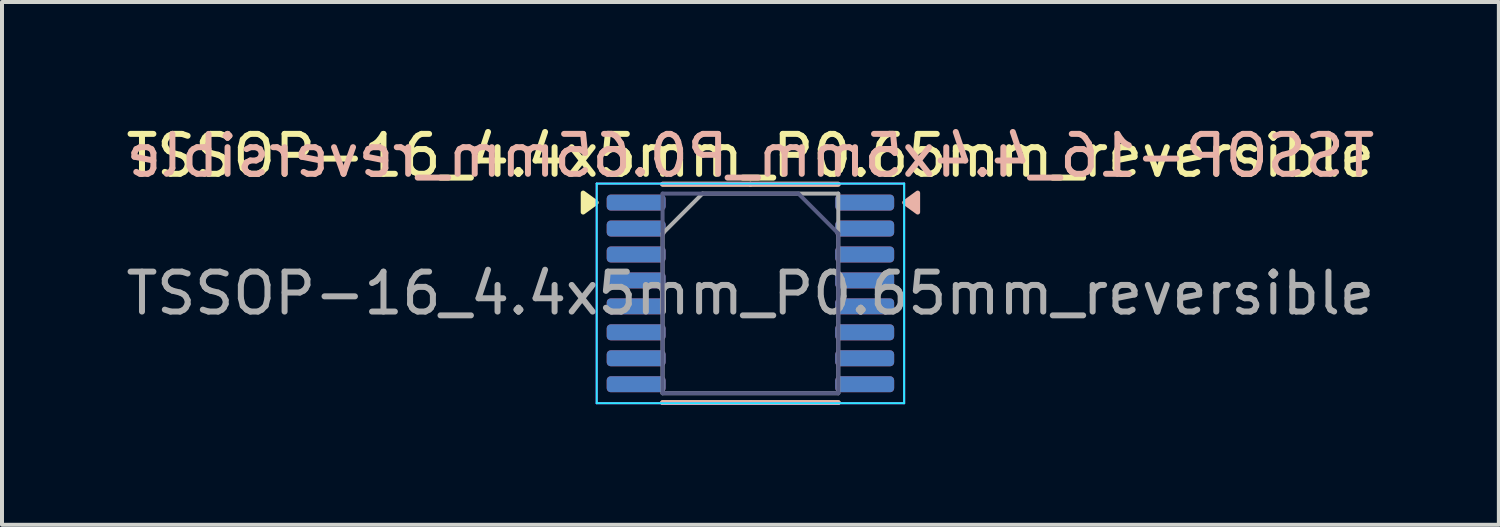
<source format=kicad_pcb>
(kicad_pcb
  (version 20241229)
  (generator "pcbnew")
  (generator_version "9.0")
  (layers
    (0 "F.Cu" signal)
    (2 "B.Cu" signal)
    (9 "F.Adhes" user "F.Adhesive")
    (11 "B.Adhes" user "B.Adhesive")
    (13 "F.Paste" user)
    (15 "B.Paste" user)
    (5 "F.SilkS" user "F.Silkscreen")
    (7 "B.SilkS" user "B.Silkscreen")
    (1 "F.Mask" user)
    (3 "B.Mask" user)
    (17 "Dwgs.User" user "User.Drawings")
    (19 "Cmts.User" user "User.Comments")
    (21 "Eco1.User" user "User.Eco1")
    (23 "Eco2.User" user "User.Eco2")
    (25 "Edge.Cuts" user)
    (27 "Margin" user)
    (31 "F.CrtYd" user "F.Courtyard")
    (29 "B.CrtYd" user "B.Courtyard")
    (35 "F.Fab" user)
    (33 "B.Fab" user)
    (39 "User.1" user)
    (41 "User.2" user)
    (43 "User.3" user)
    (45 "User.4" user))
  (footprint "TSSOP-16_4.4x5mm_P0.65mm_reversible"
    (layer "F.Cu")
    (at 15.744 4.298)
    (property "Reference" "TSSOP-16_4.4x5mm_P0.65mm_reversible" (at 0 -3.45 0) (layer "F.SilkS") (effects (font (size 1 1) (thickness 0.15))))
    (attr smd)
    (fp_line (start 0 -2.735) (end -2.2 -2.735) (stroke (width 0.12) (type solid)) (layer "F.SilkS"))
    (fp_line (start 0 -2.735) (end 2.2 -2.735) (stroke (width 0.12) (type solid)) (layer "F.SilkS"))
    (fp_line (start 0 2.735) (end -2.2 2.735) (stroke (width 0.12) (type solid)) (layer "F.SilkS"))
    (fp_line (start 0 2.735) (end 2.2 2.735) (stroke (width 0.12) (type solid)) (layer "F.SilkS"))
    (fp_poly (pts (xy -3.86 -2.275) (xy -4.19 -2.515) (xy -4.19 -2.035) (xy -3.86 -2.275)) (stroke (width 0.12) (type solid)) (fill yes) (layer "F.SilkS"))
    (fp_line (start -2.2 -2.735) (end 0 -2.735) (stroke (width 0.12) (type solid)) (layer "B.SilkS"))
    (fp_line (start -2.2 2.735) (end 0 2.735) (stroke (width 0.12) (type solid)) (layer "B.SilkS"))
    (fp_line (start 2.2 -2.735) (end 0 -2.735) (stroke (width 0.12) (type solid)) (layer "B.SilkS"))
    (fp_line (start 2.2 2.735) (end 0 2.735) (stroke (width 0.12) (type solid)) (layer "B.SilkS"))
    (fp_poly (pts (xy 3.86 -2.275) (xy 4.19 -2.515) (xy 4.19 -2.035) (xy 3.86 -2.275)) (stroke (width 0.12) (type solid)) (fill yes) (layer "B.SilkS"))
    (fp_line (start -3.85 -2.75) (end -3.85 2.75) (stroke (width 0.05) (type solid)) (layer "B.CrtYd"))
    (fp_line (start -3.85 2.75) (end 3.85 2.75) (stroke (width 0.05) (type solid)) (layer "B.CrtYd"))
    (fp_line (start 3.85 -2.75) (end -3.85 -2.75) (stroke (width 0.05) (type solid)) (layer "B.CrtYd"))
    (fp_line (start 3.85 2.75) (end 3.85 -2.75) (stroke (width 0.05) (type solid)) (layer "B.CrtYd"))
    (fp_line (start -3.85 -2.75) (end -3.85 2.75) (stroke (width 0.05) (type solid)) (layer "F.CrtYd"))
    (fp_line (start -3.85 2.75) (end 3.85 2.75) (stroke (width 0.05) (type solid)) (layer "F.CrtYd"))
    (fp_line (start 3.85 -2.75) (end -3.85 -2.75) (stroke (width 0.05) (type solid)) (layer "F.CrtYd"))
    (fp_line (start 3.85 2.75) (end 3.85 -2.75) (stroke (width 0.05) (type solid)) (layer "F.CrtYd"))
    (fp_line (start -2.2 -2.5) (end 1.2 -2.5) (stroke (width 0.1) (type solid)) (layer "B.Fab"))
    (fp_line (start -2.2 2.5) (end -2.2 -2.5) (stroke (width 0.1) (type solid)) (layer "B.Fab"))
    (fp_line (start 1.2 -2.5) (end 2.2 -1.5) (stroke (width 0.1) (type solid)) (layer "B.Fab"))
    (fp_line (start 2.2 -1.5) (end 2.2 2.5) (stroke (width 0.1) (type solid)) (layer "B.Fab"))
    (fp_line (start 2.2 2.5) (end -2.2 2.5) (stroke (width 0.1) (type solid)) (layer "B.Fab"))
    (fp_line (start -2.2 -1.5) (end -1.2 -2.5) (stroke (width 0.1) (type solid)) (layer "F.Fab"))
    (fp_line (start -2.2 2.5) (end -2.2 -1.5) (stroke (width 0.1) (type solid)) (layer "F.Fab"))
    (fp_line (start -1.2 -2.5) (end 2.2 -2.5) (stroke (width 0.1) (type solid)) (layer "F.Fab"))
    (fp_line (start 2.2 -2.5) (end 2.2 2.5) (stroke (width 0.1) (type solid)) (layer "F.Fab"))
    (fp_line (start 2.2 2.5) (end -2.2 2.5) (stroke (width 0.1) (type solid)) (layer "F.Fab"))
    (fp_text user "${REFERENCE}" (at 0 -3.45 0) (layer "B.SilkS") (effects (font (size 1 1) (thickness 0.15)) (justify mirror)))
    (fp_text user "${REFERENCE}" (at 0 0 0) (layer "F.Fab") (effects (font (size 1 1) (thickness 0.15))))
    (pad "1" smd roundrect (at -2.862 -2.275) (size 1.475 0.4) (layers "F.Cu" "F.Mask" "F.Paste") (roundrect_rratio 0.25))
    (pad "1" smd roundrect (at 2.862 -2.275) (size 1.475 0.4) (layers "B.Cu" "B.Mask" "B.Paste") (roundrect_rratio 0.25))
    (pad "2" smd roundrect (at -2.862 -1.625) (size 1.475 0.4) (layers "F.Cu" "F.Mask" "F.Paste") (roundrect_rratio 0.25))
    (pad "2" smd roundrect (at 2.862 -1.625) (size 1.475 0.4) (layers "B.Cu" "B.Mask" "B.Paste") (roundrect_rratio 0.25))
    (pad "3" smd roundrect (at -2.862 -0.975) (size 1.475 0.4) (layers "F.Cu" "F.Mask" "F.Paste") (roundrect_rratio 0.25))
    (pad "3" smd roundrect (at 2.862 -0.975) (size 1.475 0.4) (layers "B.Cu" "B.Mask" "B.Paste") (roundrect_rratio 0.25))
    (pad "4" smd roundrect (at -2.862 -0.325) (size 1.475 0.4) (layers "F.Cu" "F.Mask" "F.Paste") (roundrect_rratio 0.25))
    (pad "4" smd roundrect (at 2.862 -0.325) (size 1.475 0.4) (layers "B.Cu" "B.Mask" "B.Paste") (roundrect_rratio 0.25))
    (pad "5" smd roundrect (at -2.862 0.325) (size 1.475 0.4) (layers "F.Cu" "F.Mask" "F.Paste") (roundrect_rratio 0.25))
    (pad "5" smd roundrect (at 2.862 0.325) (size 1.475 0.4) (layers "B.Cu" "B.Mask" "B.Paste") (roundrect_rratio 0.25))
    (pad "6" smd roundrect (at -2.862 0.975) (size 1.475 0.4) (layers "F.Cu" "F.Mask" "F.Paste") (roundrect_rratio 0.25))
    (pad "6" smd roundrect (at 2.862 0.975) (size 1.475 0.4) (layers "B.Cu" "B.Mask" "B.Paste") (roundrect_rratio 0.25))
    (pad "7" smd roundrect (at -2.862 1.625) (size 1.475 0.4) (layers "F.Cu" "F.Mask" "F.Paste") (roundrect_rratio 0.25))
    (pad "7" smd roundrect (at 2.862 1.625) (size 1.475 0.4) (layers "B.Cu" "B.Mask" "B.Paste") (roundrect_rratio 0.25))
    (pad "8" smd roundrect (at -2.862 2.275) (size 1.475 0.4) (layers "F.Cu" "F.Mask" "F.Paste") (roundrect_rratio 0.25))
    (pad "8" smd roundrect (at 2.862 2.275) (size 1.475 0.4) (layers "B.Cu" "B.Mask" "B.Paste") (roundrect_rratio 0.25))
    (pad "9" smd roundrect (at -2.862 2.275) (size 1.475 0.4) (layers "B.Cu" "B.Mask" "B.Paste") (roundrect_rratio 0.25))
    (pad "9" smd roundrect (at 2.862 2.275) (size 1.475 0.4) (layers "F.Cu" "F.Mask" "F.Paste") (roundrect_rratio 0.25))
    (pad "10" smd roundrect (at -2.862 1.625) (size 1.475 0.4) (layers "B.Cu" "B.Mask" "B.Paste") (roundrect_rratio 0.25))
    (pad "10" smd roundrect (at 2.862 1.625) (size 1.475 0.4) (layers "F.Cu" "F.Mask" "F.Paste") (roundrect_rratio 0.25))
    (pad "11" smd roundrect (at -2.862 0.975) (size 1.475 0.4) (layers "B.Cu" "B.Mask" "B.Paste") (roundrect_rratio 0.25))
    (pad "11" smd roundrect (at 2.862 0.975) (size 1.475 0.4) (layers "F.Cu" "F.Mask" "F.Paste") (roundrect_rratio 0.25))
    (pad "12" smd roundrect (at -2.862 0.325) (size 1.475 0.4) (layers "B.Cu" "B.Mask" "B.Paste") (roundrect_rratio 0.25))
    (pad "12" smd roundrect (at 2.862 0.325) (size 1.475 0.4) (layers "F.Cu" "F.Mask" "F.Paste") (roundrect_rratio 0.25))
    (pad "13" smd roundrect (at -2.862 -0.325) (size 1.475 0.4) (layers "B.Cu" "B.Mask" "B.Paste") (roundrect_rratio 0.25))
    (pad "13" smd roundrect (at 2.862 -0.325) (size 1.475 0.4) (layers "F.Cu" "F.Mask" "F.Paste") (roundrect_rratio 0.25))
    (pad "14" smd roundrect (at -2.862 -0.975) (size 1.475 0.4) (layers "B.Cu" "B.Mask" "B.Paste") (roundrect_rratio 0.25))
    (pad "14" smd roundrect (at 2.862 -0.975) (size 1.475 0.4) (layers "F.Cu" "F.Mask" "F.Paste") (roundrect_rratio 0.25))
    (pad "15" smd roundrect (at -2.862 -1.625) (size 1.475 0.4) (layers "B.Cu" "B.Mask" "B.Paste") (roundrect_rratio 0.25))
    (pad "15" smd roundrect (at 2.862 -1.625) (size 1.475 0.4) (layers "F.Cu" "F.Mask" "F.Paste") (roundrect_rratio 0.25))
    (pad "16" smd roundrect (at -2.862 -2.275) (size 1.475 0.4) (layers "B.Cu" "B.Mask" "B.Paste") (roundrect_rratio 0.25))
    (pad "16" smd roundrect (at 2.862 -2.275) (size 1.475 0.4) (layers "F.Cu" "F.Mask" "F.Paste") (roundrect_rratio 0.25)))
  (gr_rect
    (start -3 -3)
    (end 34.488 10.093)
    (stroke (width 0.1) (type default))
    (fill no)
    (layer "Edge.Cuts")))
</source>
